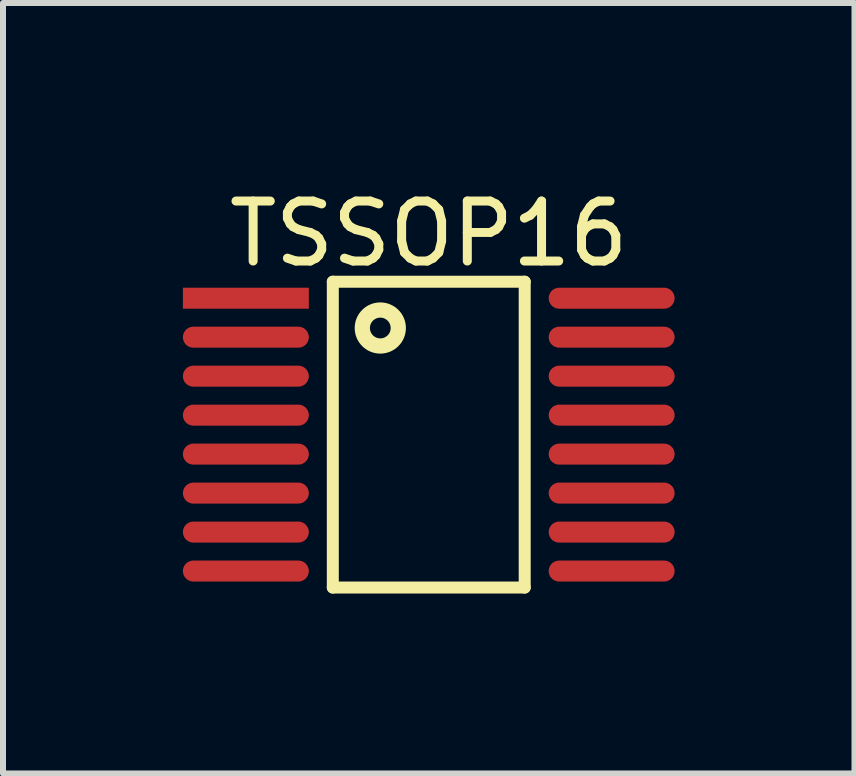
<source format=kicad_pcb>
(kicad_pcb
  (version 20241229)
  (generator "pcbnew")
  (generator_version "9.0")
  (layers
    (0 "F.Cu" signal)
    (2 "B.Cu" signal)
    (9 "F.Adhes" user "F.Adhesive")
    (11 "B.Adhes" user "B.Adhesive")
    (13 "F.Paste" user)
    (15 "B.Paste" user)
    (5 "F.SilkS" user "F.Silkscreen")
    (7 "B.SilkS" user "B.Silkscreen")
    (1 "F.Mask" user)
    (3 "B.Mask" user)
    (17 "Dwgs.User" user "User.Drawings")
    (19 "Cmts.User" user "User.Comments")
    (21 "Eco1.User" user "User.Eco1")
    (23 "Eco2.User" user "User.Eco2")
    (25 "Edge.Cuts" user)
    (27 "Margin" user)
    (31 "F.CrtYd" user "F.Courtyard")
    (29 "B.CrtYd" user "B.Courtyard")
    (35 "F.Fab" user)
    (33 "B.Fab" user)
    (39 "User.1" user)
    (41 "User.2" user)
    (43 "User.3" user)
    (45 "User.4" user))
  (footprint "TSSOP16"
    (layer "F.Cu")
    (at 4.1 4.198)
    (property "Reference" "TSSOP16" (at 0 -3.35 0) (layer "F.SilkS") (effects (font (size 1 1) (thickness 0.15))))
    (fp_line (start -1.6 -2.55) (end 1.6 -2.55) (stroke (width 0.2) (type solid)) (layer "F.SilkS"))
    (fp_line (start -1.6 2.55) (end -1.6 -2.55) (stroke (width 0.2) (type solid)) (layer "F.SilkS"))
    (fp_line (start -1.6 2.55) (end 1.6 2.55) (stroke (width 0.2) (type solid)) (layer "F.SilkS"))
    (fp_line (start 1.6 2.55) (end 1.6 -2.55) (stroke (width 0.2) (type solid)) (layer "F.SilkS"))
    (fp_circle (center -0.808 -1.778) (end -0.808 -2.078) (stroke (width 0.254) (type solid)) (fill no) (layer "F.SilkS"))
    (pad "1" smd rect (at -3.05 -2.275 90) (size 0.35 2.1) (layers "F.Cu" "F.Mask" "F.Paste"))
    (pad "2" smd oval (at -3.05 -1.625 90) (size 0.35 2.1) (layers "F.Cu" "F.Mask" "F.Paste"))
    (pad "3" smd oval (at -3.05 -0.975 90) (size 0.35 2.1) (layers "F.Cu" "F.Mask" "F.Paste"))
    (pad "4" smd oval (at -3.05 -0.325 90) (size 0.35 2.1) (layers "F.Cu" "F.Mask" "F.Paste"))
    (pad "5" smd oval (at -3.05 0.325 90) (size 0.35 2.1) (layers "F.Cu" "F.Mask" "F.Paste"))
    (pad "6" smd oval (at -3.05 0.975 90) (size 0.35 2.1) (layers "F.Cu" "F.Mask" "F.Paste"))
    (pad "7" smd oval (at -3.05 1.625 90) (size 0.35 2.1) (layers "F.Cu" "F.Mask" "F.Paste"))
    (pad "8" smd oval (at -3.05 2.275 90) (size 0.35 2.1) (layers "F.Cu" "F.Mask" "F.Paste"))
    (pad "9" smd oval (at 3.05 2.275 90) (size 0.35 2.1) (layers "F.Cu" "F.Mask" "F.Paste"))
    (pad "10" smd oval (at 3.05 1.625 90) (size 0.35 2.1) (layers "F.Cu" "F.Mask" "F.Paste"))
    (pad "11" smd oval (at 3.05 0.975 90) (size 0.35 2.1) (layers "F.Cu" "F.Mask" "F.Paste"))
    (pad "12" smd oval (at 3.05 0.325 90) (size 0.35 2.1) (layers "F.Cu" "F.Mask" "F.Paste"))
    (pad "13" smd oval (at 3.05 -0.325 90) (size 0.35 2.1) (layers "F.Cu" "F.Mask" "F.Paste"))
    (pad "14" smd oval (at 3.05 -0.975 90) (size 0.35 2.1) (layers "F.Cu" "F.Mask" "F.Paste"))
    (pad "15" smd oval (at 3.05 -1.625 90) (size 0.35 2.1) (layers "F.Cu" "F.Mask" "F.Paste"))
    (pad "16" smd oval (at 3.05 -2.275 90) (size 0.35 2.1) (layers "F.Cu" "F.Mask" "F.Paste")))
  (gr_rect
    (start -3 -3)
    (end 11.2 9.848)
    (stroke (width 0.1) (type default))
    (fill no)
    (layer "Edge.Cuts")))
</source>
